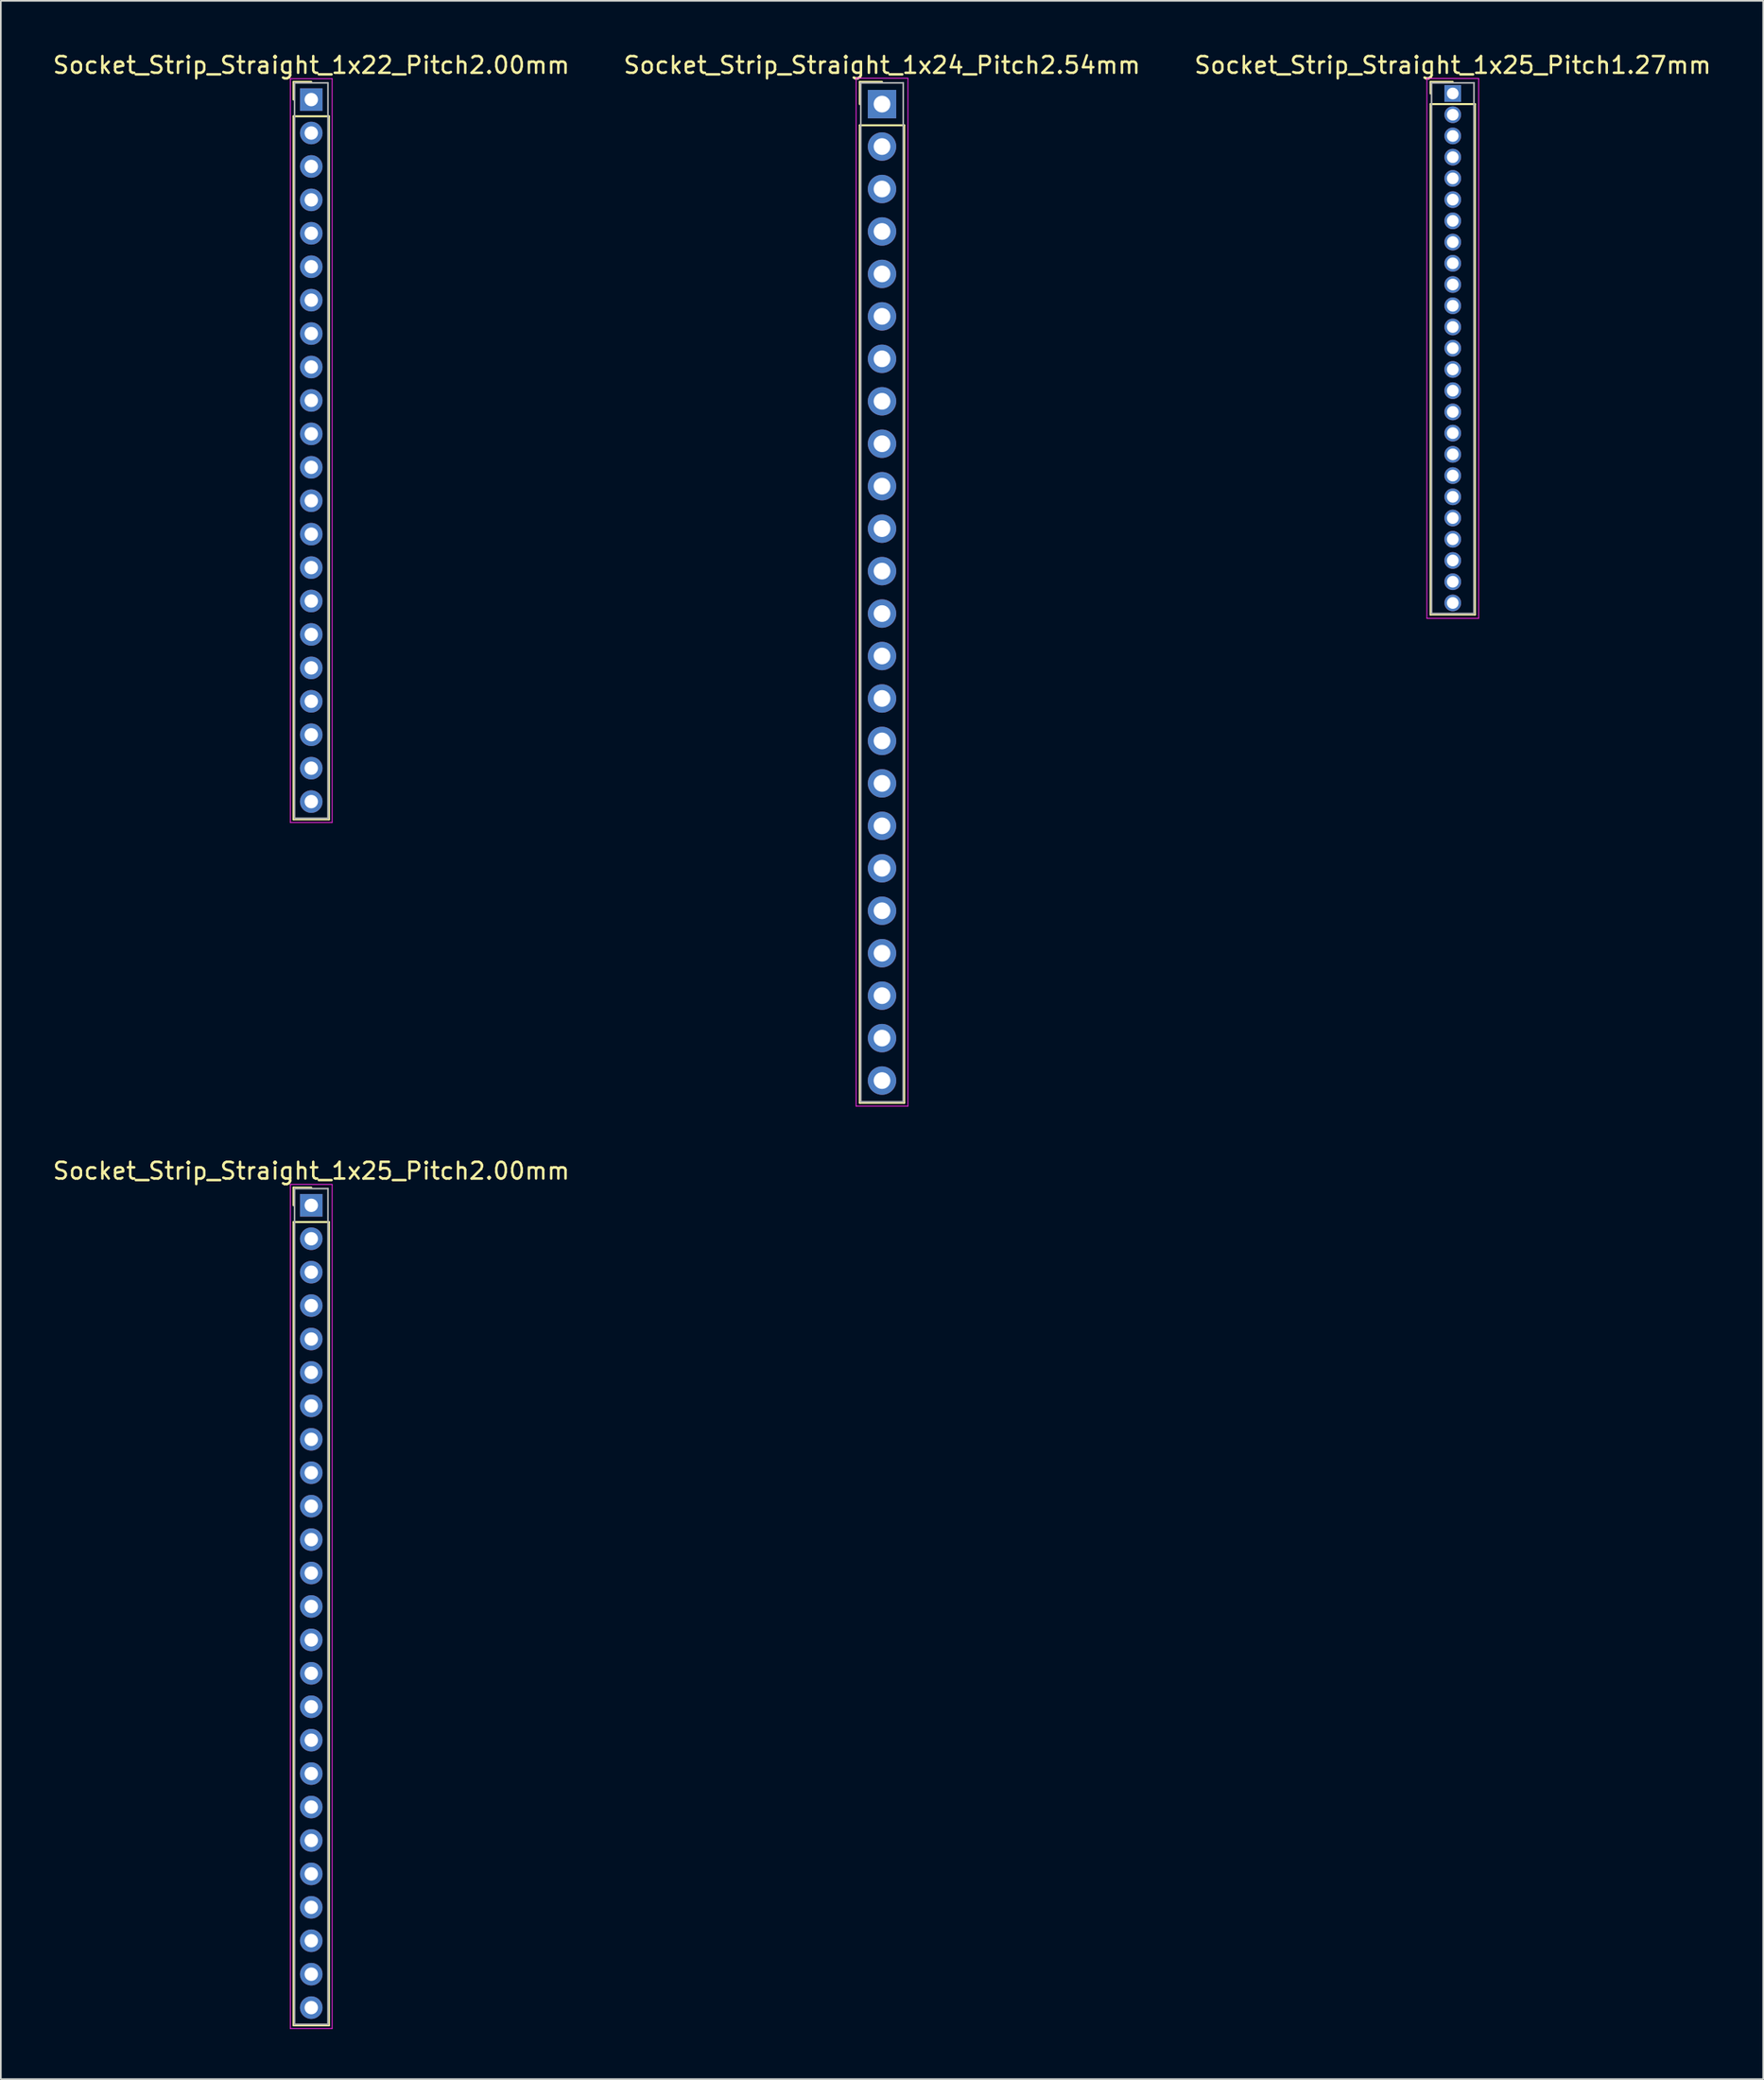
<source format=kicad_pcb>
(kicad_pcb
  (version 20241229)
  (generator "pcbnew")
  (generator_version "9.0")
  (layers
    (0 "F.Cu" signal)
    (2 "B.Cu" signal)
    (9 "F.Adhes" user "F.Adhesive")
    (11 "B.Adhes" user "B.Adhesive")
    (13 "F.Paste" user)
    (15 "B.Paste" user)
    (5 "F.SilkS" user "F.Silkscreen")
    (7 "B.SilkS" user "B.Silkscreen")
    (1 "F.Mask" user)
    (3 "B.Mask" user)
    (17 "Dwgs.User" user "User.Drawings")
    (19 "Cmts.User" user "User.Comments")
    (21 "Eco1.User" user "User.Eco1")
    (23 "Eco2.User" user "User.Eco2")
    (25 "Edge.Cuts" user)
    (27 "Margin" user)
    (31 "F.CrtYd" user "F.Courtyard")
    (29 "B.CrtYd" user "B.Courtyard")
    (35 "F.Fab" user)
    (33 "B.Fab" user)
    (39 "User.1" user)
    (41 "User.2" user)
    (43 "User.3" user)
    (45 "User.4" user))
  (footprint "Socket_Strip_Straight_1x24_Pitch2.54mm"
    (layer "F.Cu")
    (at 49.732 3.178)
    (property "Reference" "Socket_Strip_Straight_1x24_Pitch2.54mm" (at 0 -2.33 0) (layer "F.SilkS") (effects (font (size 1 1) (thickness 0.15))))
    (attr through_hole)
    (fp_line (start -1.33 -1.33) (end 0 -1.33) (stroke (width 0.12) (type solid)) (layer "F.SilkS"))
    (fp_line (start -1.33 0) (end -1.33 -1.33) (stroke (width 0.12) (type solid)) (layer "F.SilkS"))
    (fp_line (start -1.33 1.27) (end -1.33 59.75) (stroke (width 0.12) (type solid)) (layer "F.SilkS"))
    (fp_line (start -1.33 59.75) (end 1.33 59.75) (stroke (width 0.12) (type solid)) (layer "F.SilkS"))
    (fp_line (start 1.33 1.27) (end -1.33 1.27) (stroke (width 0.12) (type solid)) (layer "F.SilkS"))
    (fp_line (start 1.33 59.75) (end 1.33 1.27) (stroke (width 0.12) (type solid)) (layer "F.SilkS"))
    (fp_line (start -1.55 -1.55) (end -1.55 59.95) (stroke (width 0.05) (type solid)) (layer "F.CrtYd"))
    (fp_line (start -1.55 59.95) (end 1.55 59.95) (stroke (width 0.05) (type solid)) (layer "F.CrtYd"))
    (fp_line (start 1.55 -1.55) (end -1.55 -1.55) (stroke (width 0.05) (type solid)) (layer "F.CrtYd"))
    (fp_line (start 1.55 59.95) (end 1.55 -1.55) (stroke (width 0.05) (type solid)) (layer "F.CrtYd"))
    (fp_line (start -1.27 -1.27) (end -1.27 59.69) (stroke (width 0.1) (type solid)) (layer "F.Fab"))
    (fp_line (start -1.27 59.69) (end 1.27 59.69) (stroke (width 0.1) (type solid)) (layer "F.Fab"))
    (fp_line (start 1.27 -1.27) (end -1.27 -1.27) (stroke (width 0.1) (type solid)) (layer "F.Fab"))
    (fp_line (start 1.27 59.69) (end 1.27 -1.27) (stroke (width 0.1) (type solid)) (layer "F.Fab"))
    (pad "1" thru_hole rect (at 0 0) (size 1.7 1.7) (drill 1) (layers "*.Cu" "*.Mask"))
    (pad "2" thru_hole oval (at 0 2.54) (size 1.7 1.7) (drill 1) (layers "*.Cu" "*.Mask"))
    (pad "3" thru_hole oval (at 0 5.08) (size 1.7 1.7) (drill 1) (layers "*.Cu" "*.Mask"))
    (pad "4" thru_hole oval (at 0 7.62) (size 1.7 1.7) (drill 1) (layers "*.Cu" "*.Mask"))
    (pad "5" thru_hole oval (at 0 10.16) (size 1.7 1.7) (drill 1) (layers "*.Cu" "*.Mask"))
    (pad "6" thru_hole oval (at 0 12.7) (size 1.7 1.7) (drill 1) (layers "*.Cu" "*.Mask"))
    (pad "7" thru_hole oval (at 0 15.24) (size 1.7 1.7) (drill 1) (layers "*.Cu" "*.Mask"))
    (pad "8" thru_hole oval (at 0 17.78) (size 1.7 1.7) (drill 1) (layers "*.Cu" "*.Mask"))
    (pad "9" thru_hole oval (at 0 20.32) (size 1.7 1.7) (drill 1) (layers "*.Cu" "*.Mask"))
    (pad "10" thru_hole oval (at 0 22.86) (size 1.7 1.7) (drill 1) (layers "*.Cu" "*.Mask"))
    (pad "11" thru_hole oval (at 0 25.4) (size 1.7 1.7) (drill 1) (layers "*.Cu" "*.Mask"))
    (pad "12" thru_hole oval (at 0 27.94) (size 1.7 1.7) (drill 1) (layers "*.Cu" "*.Mask"))
    (pad "13" thru_hole oval (at 0 30.48) (size 1.7 1.7) (drill 1) (layers "*.Cu" "*.Mask"))
    (pad "14" thru_hole oval (at 0 33.02) (size 1.7 1.7) (drill 1) (layers "*.Cu" "*.Mask"))
    (pad "15" thru_hole oval (at 0 35.56) (size 1.7 1.7) (drill 1) (layers "*.Cu" "*.Mask"))
    (pad "16" thru_hole oval (at 0 38.1) (size 1.7 1.7) (drill 1) (layers "*.Cu" "*.Mask"))
    (pad "17" thru_hole oval (at 0 40.64) (size 1.7 1.7) (drill 1) (layers "*.Cu" "*.Mask"))
    (pad "18" thru_hole oval (at 0 43.18) (size 1.7 1.7) (drill 1) (layers "*.Cu" "*.Mask"))
    (pad "19" thru_hole oval (at 0 45.72) (size 1.7 1.7) (drill 1) (layers "*.Cu" "*.Mask"))
    (pad "20" thru_hole oval (at 0 48.26) (size 1.7 1.7) (drill 1) (layers "*.Cu" "*.Mask"))
    (pad "21" thru_hole oval (at 0 50.8) (size 1.7 1.7) (drill 1) (layers "*.Cu" "*.Mask"))
    (pad "22" thru_hole oval (at 0 53.34) (size 1.7 1.7) (drill 1) (layers "*.Cu" "*.Mask"))
    (pad "23" thru_hole oval (at 0 55.88) (size 1.7 1.7) (drill 1) (layers "*.Cu" "*.Mask"))
    (pad "24" thru_hole oval (at 0 58.42) (size 1.7 1.7) (drill 1) (layers "*.Cu" "*.Mask")))
  (footprint "Socket_Strip_Straight_1x22_Pitch2.00mm"
    (layer "F.Cu")
    (at 15.577 2.908)
    (property "Reference" "Socket_Strip_Straight_1x22_Pitch2.00mm" (at 0 -2.06 0) (layer "F.SilkS") (effects (font (size 1 1) (thickness 0.15))))
    (attr through_hole)
    (fp_line (start -1.06 -1.06) (end 0 -1.06) (stroke (width 0.12) (type solid)) (layer "F.SilkS"))
    (fp_line (start -1.06 0) (end -1.06 -1.06) (stroke (width 0.12) (type solid)) (layer "F.SilkS"))
    (fp_line (start -1.06 1) (end -1.06 43.06) (stroke (width 0.12) (type solid)) (layer "F.SilkS"))
    (fp_line (start -1.06 43.06) (end 1.06 43.06) (stroke (width 0.12) (type solid)) (layer "F.SilkS"))
    (fp_line (start 1.06 1) (end -1.06 1) (stroke (width 0.12) (type solid)) (layer "F.SilkS"))
    (fp_line (start 1.06 43.06) (end 1.06 1) (stroke (width 0.12) (type solid)) (layer "F.SilkS"))
    (fp_line (start -1.25 -1.25) (end -1.25 43.25) (stroke (width 0.05) (type solid)) (layer "F.CrtYd"))
    (fp_line (start -1.25 43.25) (end 1.25 43.25) (stroke (width 0.05) (type solid)) (layer "F.CrtYd"))
    (fp_line (start 1.25 -1.25) (end -1.25 -1.25) (stroke (width 0.05) (type solid)) (layer "F.CrtYd"))
    (fp_line (start 1.25 43.25) (end 1.25 -1.25) (stroke (width 0.05) (type solid)) (layer "F.CrtYd"))
    (fp_line (start -1 -1) (end -1 43) (stroke (width 0.1) (type solid)) (layer "F.Fab"))
    (fp_line (start -1 43) (end 1 43) (stroke (width 0.1) (type solid)) (layer "F.Fab"))
    (fp_line (start 1 -1) (end -1 -1) (stroke (width 0.1) (type solid)) (layer "F.Fab"))
    (fp_line (start 1 43) (end 1 -1) (stroke (width 0.1) (type solid)) (layer "F.Fab"))
    (pad "1" thru_hole rect (at 0 0) (size 1.35 1.35) (drill 0.8) (layers "*.Cu" "*.Mask"))
    (pad "2" thru_hole oval (at 0 2) (size 1.35 1.35) (drill 0.8) (layers "*.Cu" "*.Mask"))
    (pad "3" thru_hole oval (at 0 4) (size 1.35 1.35) (drill 0.8) (layers "*.Cu" "*.Mask"))
    (pad "4" thru_hole oval (at 0 6) (size 1.35 1.35) (drill 0.8) (layers "*.Cu" "*.Mask"))
    (pad "5" thru_hole oval (at 0 8) (size 1.35 1.35) (drill 0.8) (layers "*.Cu" "*.Mask"))
    (pad "6" thru_hole oval (at 0 10) (size 1.35 1.35) (drill 0.8) (layers "*.Cu" "*.Mask"))
    (pad "7" thru_hole oval (at 0 12) (size 1.35 1.35) (drill 0.8) (layers "*.Cu" "*.Mask"))
    (pad "8" thru_hole oval (at 0 14) (size 1.35 1.35) (drill 0.8) (layers "*.Cu" "*.Mask"))
    (pad "9" thru_hole oval (at 0 16) (size 1.35 1.35) (drill 0.8) (layers "*.Cu" "*.Mask"))
    (pad "10" thru_hole oval (at 0 18) (size 1.35 1.35) (drill 0.8) (layers "*.Cu" "*.Mask"))
    (pad "11" thru_hole oval (at 0 20) (size 1.35 1.35) (drill 0.8) (layers "*.Cu" "*.Mask"))
    (pad "12" thru_hole oval (at 0 22) (size 1.35 1.35) (drill 0.8) (layers "*.Cu" "*.Mask"))
    (pad "13" thru_hole oval (at 0 24) (size 1.35 1.35) (drill 0.8) (layers "*.Cu" "*.Mask"))
    (pad "14" thru_hole oval (at 0 26) (size 1.35 1.35) (drill 0.8) (layers "*.Cu" "*.Mask"))
    (pad "15" thru_hole oval (at 0 28) (size 1.35 1.35) (drill 0.8) (layers "*.Cu" "*.Mask"))
    (pad "16" thru_hole oval (at 0 30) (size 1.35 1.35) (drill 0.8) (layers "*.Cu" "*.Mask"))
    (pad "17" thru_hole oval (at 0 32) (size 1.35 1.35) (drill 0.8) (layers "*.Cu" "*.Mask"))
    (pad "18" thru_hole oval (at 0 34) (size 1.35 1.35) (drill 0.8) (layers "*.Cu" "*.Mask"))
    (pad "19" thru_hole oval (at 0 36) (size 1.35 1.35) (drill 0.8) (layers "*.Cu" "*.Mask"))
    (pad "20" thru_hole oval (at 0 38) (size 1.35 1.35) (drill 0.8) (layers "*.Cu" "*.Mask"))
    (pad "21" thru_hole oval (at 0 40) (size 1.35 1.35) (drill 0.8) (layers "*.Cu" "*.Mask"))
    (pad "22" thru_hole oval (at 0 42) (size 1.35 1.35) (drill 0.8) (layers "*.Cu" "*.Mask")))
  (footprint "Socket_Strip_Straight_1x25_Pitch2.00mm"
    (layer "F.Cu")
    (at 15.577 69.061)
    (property "Reference" "Socket_Strip_Straight_1x25_Pitch2.00mm" (at 0 -2.06 0) (layer "F.SilkS") (effects (font (size 1 1) (thickness 0.15))))
    (attr through_hole)
    (fp_line (start -1.06 -1.06) (end 0 -1.06) (stroke (width 0.12) (type solid)) (layer "F.SilkS"))
    (fp_line (start -1.06 0) (end -1.06 -1.06) (stroke (width 0.12) (type solid)) (layer "F.SilkS"))
    (fp_line (start -1.06 1) (end -1.06 49.06) (stroke (width 0.12) (type solid)) (layer "F.SilkS"))
    (fp_line (start -1.06 49.06) (end 1.06 49.06) (stroke (width 0.12) (type solid)) (layer "F.SilkS"))
    (fp_line (start 1.06 1) (end -1.06 1) (stroke (width 0.12) (type solid)) (layer "F.SilkS"))
    (fp_line (start 1.06 49.06) (end 1.06 1) (stroke (width 0.12) (type solid)) (layer "F.SilkS"))
    (fp_line (start -1.25 -1.25) (end -1.25 49.25) (stroke (width 0.05) (type solid)) (layer "F.CrtYd"))
    (fp_line (start -1.25 49.25) (end 1.25 49.25) (stroke (width 0.05) (type solid)) (layer "F.CrtYd"))
    (fp_line (start 1.25 -1.25) (end -1.25 -1.25) (stroke (width 0.05) (type solid)) (layer "F.CrtYd"))
    (fp_line (start 1.25 49.25) (end 1.25 -1.25) (stroke (width 0.05) (type solid)) (layer "F.CrtYd"))
    (fp_line (start -1 -1) (end -1 49) (stroke (width 0.1) (type solid)) (layer "F.Fab"))
    (fp_line (start -1 49) (end 1 49) (stroke (width 0.1) (type solid)) (layer "F.Fab"))
    (fp_line (start 1 -1) (end -1 -1) (stroke (width 0.1) (type solid)) (layer "F.Fab"))
    (fp_line (start 1 49) (end 1 -1) (stroke (width 0.1) (type solid)) (layer "F.Fab"))
    (pad "1" thru_hole rect (at 0 0) (size 1.35 1.35) (drill 0.8) (layers "*.Cu" "*.Mask"))
    (pad "2" thru_hole oval (at 0 2) (size 1.35 1.35) (drill 0.8) (layers "*.Cu" "*.Mask"))
    (pad "3" thru_hole oval (at 0 4) (size 1.35 1.35) (drill 0.8) (layers "*.Cu" "*.Mask"))
    (pad "4" thru_hole oval (at 0 6) (size 1.35 1.35) (drill 0.8) (layers "*.Cu" "*.Mask"))
    (pad "5" thru_hole oval (at 0 8) (size 1.35 1.35) (drill 0.8) (layers "*.Cu" "*.Mask"))
    (pad "6" thru_hole oval (at 0 10) (size 1.35 1.35) (drill 0.8) (layers "*.Cu" "*.Mask"))
    (pad "7" thru_hole oval (at 0 12) (size 1.35 1.35) (drill 0.8) (layers "*.Cu" "*.Mask"))
    (pad "8" thru_hole oval (at 0 14) (size 1.35 1.35) (drill 0.8) (layers "*.Cu" "*.Mask"))
    (pad "9" thru_hole oval (at 0 16) (size 1.35 1.35) (drill 0.8) (layers "*.Cu" "*.Mask"))
    (pad "10" thru_hole oval (at 0 18) (size 1.35 1.35) (drill 0.8) (layers "*.Cu" "*.Mask"))
    (pad "11" thru_hole oval (at 0 20) (size 1.35 1.35) (drill 0.8) (layers "*.Cu" "*.Mask"))
    (pad "12" thru_hole oval (at 0 22) (size 1.35 1.35) (drill 0.8) (layers "*.Cu" "*.Mask"))
    (pad "13" thru_hole oval (at 0 24) (size 1.35 1.35) (drill 0.8) (layers "*.Cu" "*.Mask"))
    (pad "14" thru_hole oval (at 0 26) (size 1.35 1.35) (drill 0.8) (layers "*.Cu" "*.Mask"))
    (pad "15" thru_hole oval (at 0 28) (size 1.35 1.35) (drill 0.8) (layers "*.Cu" "*.Mask"))
    (pad "16" thru_hole oval (at 0 30) (size 1.35 1.35) (drill 0.8) (layers "*.Cu" "*.Mask"))
    (pad "17" thru_hole oval (at 0 32) (size 1.35 1.35) (drill 0.8) (layers "*.Cu" "*.Mask"))
    (pad "18" thru_hole oval (at 0 34) (size 1.35 1.35) (drill 0.8) (layers "*.Cu" "*.Mask"))
    (pad "19" thru_hole oval (at 0 36) (size 1.35 1.35) (drill 0.8) (layers "*.Cu" "*.Mask"))
    (pad "20" thru_hole oval (at 0 38) (size 1.35 1.35) (drill 0.8) (layers "*.Cu" "*.Mask"))
    (pad "21" thru_hole oval (at 0 40) (size 1.35 1.35) (drill 0.8) (layers "*.Cu" "*.Mask"))
    (pad "22" thru_hole oval (at 0 42) (size 1.35 1.35) (drill 0.8) (layers "*.Cu" "*.Mask"))
    (pad "23" thru_hole oval (at 0 44) (size 1.35 1.35) (drill 0.8) (layers "*.Cu" "*.Mask"))
    (pad "24" thru_hole oval (at 0 46) (size 1.35 1.35) (drill 0.8) (layers "*.Cu" "*.Mask"))
    (pad "25" thru_hole oval (at 0 48) (size 1.35 1.35) (drill 0.8) (layers "*.Cu" "*.Mask")))
  (footprint "Socket_Strip_Straight_1x25_Pitch1.27mm"
    (layer "F.Cu")
    (at 83.887 2.543)
    (property "Reference" "Socket_Strip_Straight_1x25_Pitch1.27mm" (at 0 -1.695 0) (layer "F.SilkS") (effects (font (size 1 1) (thickness 0.15))))
    (attr through_hole)
    (fp_line (start -1.33 -0.695) (end 0 -0.695) (stroke (width 0.12) (type solid)) (layer "F.SilkS"))
    (fp_line (start -1.33 0) (end -1.33 -0.695) (stroke (width 0.12) (type solid)) (layer "F.SilkS"))
    (fp_line (start -1.33 0.635) (end -1.33 31.175) (stroke (width 0.12) (type solid)) (layer "F.SilkS"))
    (fp_line (start -1.33 31.175) (end 1.33 31.175) (stroke (width 0.12) (type solid)) (layer "F.SilkS"))
    (fp_line (start 1.33 0.635) (end -1.33 0.635) (stroke (width 0.12) (type solid)) (layer "F.SilkS"))
    (fp_line (start 1.33 31.175) (end 1.33 0.635) (stroke (width 0.12) (type solid)) (layer "F.SilkS"))
    (fp_line (start -1.55 -0.9) (end -1.55 31.4) (stroke (width 0.05) (type solid)) (layer "F.CrtYd"))
    (fp_line (start -1.55 31.4) (end 1.55 31.4) (stroke (width 0.05) (type solid)) (layer "F.CrtYd"))
    (fp_line (start 1.55 -0.9) (end -1.55 -0.9) (stroke (width 0.05) (type solid)) (layer "F.CrtYd"))
    (fp_line (start 1.55 31.4) (end 1.55 -0.9) (stroke (width 0.05) (type solid)) (layer "F.CrtYd"))
    (fp_line (start -1.27 -0.635) (end -1.27 31.115) (stroke (width 0.1) (type solid)) (layer "F.Fab"))
    (fp_line (start -1.27 31.115) (end 1.27 31.115) (stroke (width 0.1) (type solid)) (layer "F.Fab"))
    (fp_line (start 1.27 -0.635) (end -1.27 -0.635) (stroke (width 0.1) (type solid)) (layer "F.Fab"))
    (fp_line (start 1.27 31.115) (end 1.27 -0.635) (stroke (width 0.1) (type solid)) (layer "F.Fab"))
    (pad "1" thru_hole rect (at 0 0) (size 1 1) (drill 0.7) (layers "*.Cu" "*.Mask"))
    (pad "2" thru_hole oval (at 0 1.27) (size 1 1) (drill 0.7) (layers "*.Cu" "*.Mask"))
    (pad "3" thru_hole oval (at 0 2.54) (size 1 1) (drill 0.7) (layers "*.Cu" "*.Mask"))
    (pad "4" thru_hole oval (at 0 3.81) (size 1 1) (drill 0.7) (layers "*.Cu" "*.Mask"))
    (pad "5" thru_hole oval (at 0 5.08) (size 1 1) (drill 0.7) (layers "*.Cu" "*.Mask"))
    (pad "6" thru_hole oval (at 0 6.35) (size 1 1) (drill 0.7) (layers "*.Cu" "*.Mask"))
    (pad "7" thru_hole oval (at 0 7.62) (size 1 1) (drill 0.7) (layers "*.Cu" "*.Mask"))
    (pad "8" thru_hole oval (at 0 8.89) (size 1 1) (drill 0.7) (layers "*.Cu" "*.Mask"))
    (pad "9" thru_hole oval (at 0 10.16) (size 1 1) (drill 0.7) (layers "*.Cu" "*.Mask"))
    (pad "10" thru_hole oval (at 0 11.43) (size 1 1) (drill 0.7) (layers "*.Cu" "*.Mask"))
    (pad "11" thru_hole oval (at 0 12.7) (size 1 1) (drill 0.7) (layers "*.Cu" "*.Mask"))
    (pad "12" thru_hole oval (at 0 13.97) (size 1 1) (drill 0.7) (layers "*.Cu" "*.Mask"))
    (pad "13" thru_hole oval (at 0 15.24) (size 1 1) (drill 0.7) (layers "*.Cu" "*.Mask"))
    (pad "14" thru_hole oval (at 0 16.51) (size 1 1) (drill 0.7) (layers "*.Cu" "*.Mask"))
    (pad "15" thru_hole oval (at 0 17.78) (size 1 1) (drill 0.7) (layers "*.Cu" "*.Mask"))
    (pad "16" thru_hole oval (at 0 19.05) (size 1 1) (drill 0.7) (layers "*.Cu" "*.Mask"))
    (pad "17" thru_hole oval (at 0 20.32) (size 1 1) (drill 0.7) (layers "*.Cu" "*.Mask"))
    (pad "18" thru_hole oval (at 0 21.59) (size 1 1) (drill 0.7) (layers "*.Cu" "*.Mask"))
    (pad "19" thru_hole oval (at 0 22.86) (size 1 1) (drill 0.7) (layers "*.Cu" "*.Mask"))
    (pad "20" thru_hole oval (at 0 24.13) (size 1 1) (drill 0.7) (layers "*.Cu" "*.Mask"))
    (pad "21" thru_hole oval (at 0 25.4) (size 1 1) (drill 0.7) (layers "*.Cu" "*.Mask"))
    (pad "22" thru_hole oval (at 0 26.67) (size 1 1) (drill 0.7) (layers "*.Cu" "*.Mask"))
    (pad "23" thru_hole oval (at 0 27.94) (size 1 1) (drill 0.7) (layers "*.Cu" "*.Mask"))
    (pad "24" thru_hole oval (at 0 29.21) (size 1 1) (drill 0.7) (layers "*.Cu" "*.Mask"))
    (pad "25" thru_hole oval (at 0 30.48) (size 1 1) (drill 0.7) (layers "*.Cu" "*.Mask")))
  (gr_rect
    (start -3 -3)
    (end 102.464 121.337)
    (stroke (width 0.1) (type default))
    (fill no)
    (layer "Edge.Cuts")))
</source>
